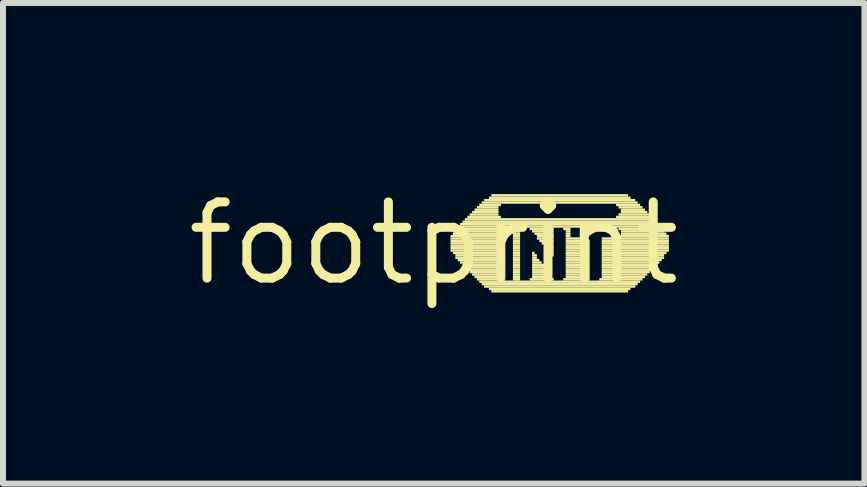
<source format=kicad_pcb>
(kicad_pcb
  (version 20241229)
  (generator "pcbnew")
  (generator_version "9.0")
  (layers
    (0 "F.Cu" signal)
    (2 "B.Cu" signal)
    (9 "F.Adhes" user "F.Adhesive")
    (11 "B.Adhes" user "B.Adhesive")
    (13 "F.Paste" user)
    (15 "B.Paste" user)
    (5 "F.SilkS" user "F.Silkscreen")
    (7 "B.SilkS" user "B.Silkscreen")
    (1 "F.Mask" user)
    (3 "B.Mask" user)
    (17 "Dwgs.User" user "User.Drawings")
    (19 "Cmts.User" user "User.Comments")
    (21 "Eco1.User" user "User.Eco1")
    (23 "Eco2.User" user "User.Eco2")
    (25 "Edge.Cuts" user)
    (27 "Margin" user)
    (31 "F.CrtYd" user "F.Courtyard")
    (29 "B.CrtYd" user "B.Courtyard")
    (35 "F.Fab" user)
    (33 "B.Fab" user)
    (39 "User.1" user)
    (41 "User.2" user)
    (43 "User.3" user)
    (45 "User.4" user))
  (footprint "footprint"
    (layer "F.Cu")
    (at 4.18 1.006)
    (property "Reference" "footprint" (at 0 0 0) (layer "F.SilkS") (effects (font (size 1.27 1.27) (thickness 0.15))))
    (fp_poly (pts (xy 0.28 -0.1) (xy 1.12 -0.1) (xy 1.12 -0.14) (xy 0.28 -0.14)) (stroke (width 0) (type solid)) (fill yes) (layer "F.SilkS"))
    (fp_poly (pts (xy 0.28 -0.06) (xy 1.12 -0.06) (xy 1.12 -0.1) (xy 0.28 -0.1)) (stroke (width 0) (type solid)) (fill yes) (layer "F.SilkS"))
    (fp_poly (pts (xy 0.28 -0.02) (xy 1.12 -0.02) (xy 1.12 -0.06) (xy 0.28 -0.06)) (stroke (width 0) (type solid)) (fill yes) (layer "F.SilkS"))
    (fp_poly (pts (xy 0.28 0.02) (xy 1.12 0.02) (xy 1.12 -0.02) (xy 0.28 -0.02)) (stroke (width 0) (type solid)) (fill yes) (layer "F.SilkS"))
    (fp_poly (pts (xy 0.28 0.06) (xy 1.12 0.06) (xy 1.12 0.02) (xy 0.28 0.02)) (stroke (width 0) (type solid)) (fill yes) (layer "F.SilkS"))
    (fp_poly (pts (xy 0.28 0.1) (xy 1.12 0.1) (xy 1.12 0.06) (xy 0.28 0.06)) (stroke (width 0) (type solid)) (fill yes) (layer "F.SilkS"))
    (fp_poly (pts (xy 0.28 0.14) (xy 1.12 0.14) (xy 1.12 0.1) (xy 0.28 0.1)) (stroke (width 0) (type solid)) (fill yes) (layer "F.SilkS"))
    (fp_poly (pts (xy 0.32 -0.14) (xy 1.12 -0.14) (xy 1.12 -0.18) (xy 0.32 -0.18)) (stroke (width 0) (type solid)) (fill yes) (layer "F.SilkS"))
    (fp_poly (pts (xy 0.32 0.18) (xy 1.12 0.18) (xy 1.12 0.14) (xy 0.32 0.14)) (stroke (width 0) (type solid)) (fill yes) (layer "F.SilkS"))
    (fp_poly (pts (xy 0.36 -0.22) (xy 1.16 -0.22) (xy 1.16 -0.26) (xy 0.36 -0.26)) (stroke (width 0) (type solid)) (fill yes) (layer "F.SilkS"))
    (fp_poly (pts (xy 0.36 -0.18) (xy 1.12 -0.18) (xy 1.12 -0.22) (xy 0.36 -0.22)) (stroke (width 0) (type solid)) (fill yes) (layer "F.SilkS"))
    (fp_poly (pts (xy 0.36 0.22) (xy 1.12 0.22) (xy 1.12 0.18) (xy 0.36 0.18)) (stroke (width 0) (type solid)) (fill yes) (layer "F.SilkS"))
    (fp_poly (pts (xy 0.36 0.26) (xy 1.12 0.26) (xy 1.12 0.22) (xy 0.36 0.22)) (stroke (width 0) (type solid)) (fill yes) (layer "F.SilkS"))
    (fp_poly (pts (xy 0.4 -0.26) (xy 3.8 -0.26) (xy 3.8 -0.3) (xy 0.4 -0.3)) (stroke (width 0) (type solid)) (fill yes) (layer "F.SilkS"))
    (fp_poly (pts (xy 0.4 0.3) (xy 1.12 0.3) (xy 1.12 0.26) (xy 0.4 0.26)) (stroke (width 0) (type solid)) (fill yes) (layer "F.SilkS"))
    (fp_poly (pts (xy 0.44 -0.3) (xy 3.76 -0.3) (xy 3.76 -0.34) (xy 0.44 -0.34)) (stroke (width 0) (type solid)) (fill yes) (layer "F.SilkS"))
    (fp_poly (pts (xy 0.44 0.34) (xy 1.12 0.34) (xy 1.12 0.3) (xy 0.44 0.3)) (stroke (width 0) (type solid)) (fill yes) (layer "F.SilkS"))
    (fp_poly (pts (xy 0.48 -0.34) (xy 3.72 -0.34) (xy 3.72 -0.38) (xy 0.48 -0.38)) (stroke (width 0) (type solid)) (fill yes) (layer "F.SilkS"))
    (fp_poly (pts (xy 0.48 0.38) (xy 1.12 0.38) (xy 1.12 0.34) (xy 0.48 0.34)) (stroke (width 0) (type solid)) (fill yes) (layer "F.SilkS"))
    (fp_poly (pts (xy 0.52 -0.38) (xy 3.68 -0.38) (xy 3.68 -0.42) (xy 0.52 -0.42)) (stroke (width 0) (type solid)) (fill yes) (layer "F.SilkS"))
    (fp_poly (pts (xy 0.52 0.42) (xy 1.12 0.42) (xy 1.12 0.38) (xy 0.52 0.38)) (stroke (width 0) (type solid)) (fill yes) (layer "F.SilkS"))
    (fp_poly (pts (xy 0.56 -0.42) (xy 1.12 -0.42) (xy 1.12 -0.46) (xy 0.56 -0.46)) (stroke (width 0) (type solid)) (fill yes) (layer "F.SilkS"))
    (fp_poly (pts (xy 0.56 0.46) (xy 1.12 0.46) (xy 1.12 0.42) (xy 0.56 0.42)) (stroke (width 0) (type solid)) (fill yes) (layer "F.SilkS"))
    (fp_poly (pts (xy 0.6 -0.46) (xy 1.08 -0.46) (xy 1.08 -0.5) (xy 0.6 -0.5)) (stroke (width 0) (type solid)) (fill yes) (layer "F.SilkS"))
    (fp_poly (pts (xy 0.6 0.5) (xy 1.12 0.5) (xy 1.12 0.46) (xy 0.6 0.46)) (stroke (width 0) (type solid)) (fill yes) (layer "F.SilkS"))
    (fp_poly (pts (xy 0.64 -0.5) (xy 1.08 -0.5) (xy 1.08 -0.54) (xy 0.64 -0.54)) (stroke (width 0) (type solid)) (fill yes) (layer "F.SilkS"))
    (fp_poly (pts (xy 0.64 0.54) (xy 1.12 0.54) (xy 1.12 0.5) (xy 0.64 0.5)) (stroke (width 0) (type solid)) (fill yes) (layer "F.SilkS"))
    (fp_poly (pts (xy 0.68 -0.54) (xy 1.08 -0.54) (xy 1.08 -0.58) (xy 0.68 -0.58)) (stroke (width 0) (type solid)) (fill yes) (layer "F.SilkS"))
    (fp_poly (pts (xy 0.68 0.58) (xy 1.12 0.58) (xy 1.12 0.54) (xy 0.68 0.54)) (stroke (width 0) (type solid)) (fill yes) (layer "F.SilkS"))
    (fp_poly (pts (xy 0.72 -0.58) (xy 1.08 -0.58) (xy 1.08 -0.62) (xy 0.72 -0.62)) (stroke (width 0) (type solid)) (fill yes) (layer "F.SilkS"))
    (fp_poly (pts (xy 0.72 0.62) (xy 1.16 0.62) (xy 1.16 0.58) (xy 0.72 0.58)) (stroke (width 0) (type solid)) (fill yes) (layer "F.SilkS"))
    (fp_poly (pts (xy 0.76 -0.62) (xy 1.12 -0.62) (xy 1.12 -0.66) (xy 0.76 -0.66)) (stroke (width 0) (type solid)) (fill yes) (layer "F.SilkS"))
    (fp_poly (pts (xy 0.76 0.66) (xy 3.44 0.66) (xy 3.44 0.62) (xy 0.76 0.62)) (stroke (width 0) (type solid)) (fill yes) (layer "F.SilkS"))
    (fp_poly (pts (xy 0.8 -0.66) (xy 3.4 -0.66) (xy 3.4 -0.7) (xy 0.8 -0.7)) (stroke (width 0) (type solid)) (fill yes) (layer "F.SilkS"))
    (fp_poly (pts (xy 0.8 0.7) (xy 3.4 0.7) (xy 3.4 0.66) (xy 0.8 0.66)) (stroke (width 0) (type solid)) (fill yes) (layer "F.SilkS"))
    (fp_poly (pts (xy 0.84 -0.7) (xy 3.36 -0.7) (xy 3.36 -0.74) (xy 0.84 -0.74)) (stroke (width 0) (type solid)) (fill yes) (layer "F.SilkS"))
    (fp_poly (pts (xy 0.84 0.74) (xy 3.36 0.74) (xy 3.36 0.7) (xy 0.84 0.7)) (stroke (width 0) (type solid)) (fill yes) (layer "F.SilkS"))
    (fp_poly (pts (xy 0.92 -0.74) (xy 3.28 -0.74) (xy 3.28 -0.78) (xy 0.92 -0.78)) (stroke (width 0) (type solid)) (fill yes) (layer "F.SilkS"))
    (fp_poly (pts (xy 0.92 0.78) (xy 3.28 0.78) (xy 3.28 0.74) (xy 0.92 0.74)) (stroke (width 0) (type solid)) (fill yes) (layer "F.SilkS"))
    (fp_poly (pts (xy 0.96 -0.78) (xy 3.24 -0.78) (xy 3.24 -0.82) (xy 0.96 -0.82)) (stroke (width 0) (type solid)) (fill yes) (layer "F.SilkS"))
    (fp_poly (pts (xy 0.96 0.82) (xy 3.24 0.82) (xy 3.24 0.78) (xy 0.96 0.78)) (stroke (width 0) (type solid)) (fill yes) (layer "F.SilkS"))
    (fp_poly (pts (xy 1.32 -0.22) (xy 1.48 -0.22) (xy 1.48 -0.26) (xy 1.32 -0.26)) (stroke (width 0) (type solid)) (fill yes) (layer "F.SilkS"))
    (fp_poly (pts (xy 1.32 -0.18) (xy 1.44 -0.18) (xy 1.44 -0.22) (xy 1.32 -0.22)) (stroke (width 0) (type solid)) (fill yes) (layer "F.SilkS"))
    (fp_poly (pts (xy 1.32 -0.14) (xy 1.44 -0.14) (xy 1.44 -0.18) (xy 1.32 -0.18)) (stroke (width 0) (type solid)) (fill yes) (layer "F.SilkS"))
    (fp_poly (pts (xy 1.32 -0.1) (xy 1.44 -0.1) (xy 1.44 -0.14) (xy 1.32 -0.14)) (stroke (width 0) (type solid)) (fill yes) (layer "F.SilkS"))
    (fp_poly (pts (xy 1.32 -0.06) (xy 1.44 -0.06) (xy 1.44 -0.1) (xy 1.32 -0.1)) (stroke (width 0) (type solid)) (fill yes) (layer "F.SilkS"))
    (fp_poly (pts (xy 1.32 -0.02) (xy 1.44 -0.02) (xy 1.44 -0.06) (xy 1.32 -0.06)) (stroke (width 0) (type solid)) (fill yes) (layer "F.SilkS"))
    (fp_poly (pts (xy 1.32 0.02) (xy 1.44 0.02) (xy 1.44 -0.02) (xy 1.32 -0.02)) (stroke (width 0) (type solid)) (fill yes) (layer "F.SilkS"))
    (fp_poly (pts (xy 1.32 0.06) (xy 1.44 0.06) (xy 1.44 0.02) (xy 1.32 0.02)) (stroke (width 0) (type solid)) (fill yes) (layer "F.SilkS"))
    (fp_poly (pts (xy 1.32 0.1) (xy 1.44 0.1) (xy 1.44 0.06) (xy 1.32 0.06)) (stroke (width 0) (type solid)) (fill yes) (layer "F.SilkS"))
    (fp_poly (pts (xy 1.32 0.14) (xy 1.44 0.14) (xy 1.44 0.1) (xy 1.32 0.1)) (stroke (width 0) (type solid)) (fill yes) (layer "F.SilkS"))
    (fp_poly (pts (xy 1.32 0.18) (xy 1.44 0.18) (xy 1.44 0.14) (xy 1.32 0.14)) (stroke (width 0) (type solid)) (fill yes) (layer "F.SilkS"))
    (fp_poly (pts (xy 1.32 0.22) (xy 1.44 0.22) (xy 1.44 0.18) (xy 1.32 0.18)) (stroke (width 0) (type solid)) (fill yes) (layer "F.SilkS"))
    (fp_poly (pts (xy 1.32 0.26) (xy 1.44 0.26) (xy 1.44 0.22) (xy 1.32 0.22)) (stroke (width 0) (type solid)) (fill yes) (layer "F.SilkS"))
    (fp_poly (pts (xy 1.32 0.3) (xy 1.44 0.3) (xy 1.44 0.26) (xy 1.32 0.26)) (stroke (width 0) (type solid)) (fill yes) (layer "F.SilkS"))
    (fp_poly (pts (xy 1.32 0.34) (xy 1.44 0.34) (xy 1.44 0.3) (xy 1.32 0.3)) (stroke (width 0) (type solid)) (fill yes) (layer "F.SilkS"))
    (fp_poly (pts (xy 1.32 0.38) (xy 1.44 0.38) (xy 1.44 0.34) (xy 1.32 0.34)) (stroke (width 0) (type solid)) (fill yes) (layer "F.SilkS"))
    (fp_poly (pts (xy 1.32 0.42) (xy 1.44 0.42) (xy 1.44 0.38) (xy 1.32 0.38)) (stroke (width 0) (type solid)) (fill yes) (layer "F.SilkS"))
    (fp_poly (pts (xy 1.32 0.46) (xy 1.44 0.46) (xy 1.44 0.42) (xy 1.32 0.42)) (stroke (width 0) (type solid)) (fill yes) (layer "F.SilkS"))
    (fp_poly (pts (xy 1.32 0.5) (xy 1.44 0.5) (xy 1.44 0.46) (xy 1.32 0.46)) (stroke (width 0) (type solid)) (fill yes) (layer "F.SilkS"))
    (fp_poly (pts (xy 1.32 0.54) (xy 1.44 0.54) (xy 1.44 0.5) (xy 1.32 0.5)) (stroke (width 0) (type solid)) (fill yes) (layer "F.SilkS"))
    (fp_poly (pts (xy 1.32 0.58) (xy 1.44 0.58) (xy 1.44 0.54) (xy 1.32 0.54)) (stroke (width 0) (type solid)) (fill yes) (layer "F.SilkS"))
    (fp_poly (pts (xy 1.32 0.62) (xy 1.44 0.62) (xy 1.44 0.58) (xy 1.32 0.58)) (stroke (width 0) (type solid)) (fill yes) (layer "F.SilkS"))
    (fp_poly (pts (xy 1.6 -0.22) (xy 2 -0.22) (xy 2 -0.26) (xy 1.6 -0.26)) (stroke (width 0) (type solid)) (fill yes) (layer "F.SilkS"))
    (fp_poly (pts (xy 1.6 0.62) (xy 2 0.62) (xy 2 0.58) (xy 1.6 0.58)) (stroke (width 0) (type solid)) (fill yes) (layer "F.SilkS"))
    (fp_poly (pts (xy 1.64 -0.18) (xy 2 -0.18) (xy 2 -0.22) (xy 1.64 -0.22)) (stroke (width 0) (type solid)) (fill yes) (layer "F.SilkS"))
    (fp_poly (pts (xy 1.64 0.18) (xy 1.68 0.18) (xy 1.68 0.14) (xy 1.64 0.14)) (stroke (width 0) (type solid)) (fill yes) (layer "F.SilkS"))
    (fp_poly (pts (xy 1.64 0.22) (xy 1.72 0.22) (xy 1.72 0.18) (xy 1.64 0.18)) (stroke (width 0) (type solid)) (fill yes) (layer "F.SilkS"))
    (fp_poly (pts (xy 1.64 0.26) (xy 1.72 0.26) (xy 1.72 0.22) (xy 1.64 0.22)) (stroke (width 0) (type solid)) (fill yes) (layer "F.SilkS"))
    (fp_poly (pts (xy 1.64 0.3) (xy 1.76 0.3) (xy 1.76 0.26) (xy 1.64 0.26)) (stroke (width 0) (type solid)) (fill yes) (layer "F.SilkS"))
    (fp_poly (pts (xy 1.64 0.34) (xy 1.8 0.34) (xy 1.8 0.3) (xy 1.64 0.3)) (stroke (width 0) (type solid)) (fill yes) (layer "F.SilkS"))
    (fp_poly (pts (xy 1.64 0.38) (xy 1.84 0.38) (xy 1.84 0.34) (xy 1.64 0.34)) (stroke (width 0) (type solid)) (fill yes) (layer "F.SilkS"))
    (fp_poly (pts (xy 1.64 0.42) (xy 1.84 0.42) (xy 1.84 0.38) (xy 1.64 0.38)) (stroke (width 0) (type solid)) (fill yes) (layer "F.SilkS"))
    (fp_poly (pts (xy 1.64 0.46) (xy 1.88 0.46) (xy 1.88 0.42) (xy 1.64 0.42)) (stroke (width 0) (type solid)) (fill yes) (layer "F.SilkS"))
    (fp_poly (pts (xy 1.64 0.5) (xy 1.92 0.5) (xy 1.92 0.46) (xy 1.64 0.46)) (stroke (width 0) (type solid)) (fill yes) (layer "F.SilkS"))
    (fp_poly (pts (xy 1.64 0.54) (xy 1.96 0.54) (xy 1.96 0.5) (xy 1.64 0.5)) (stroke (width 0) (type solid)) (fill yes) (layer "F.SilkS"))
    (fp_poly (pts (xy 1.64 0.58) (xy 1.96 0.58) (xy 1.96 0.54) (xy 1.64 0.54)) (stroke (width 0) (type solid)) (fill yes) (layer "F.SilkS"))
    (fp_poly (pts (xy 1.68 -0.14) (xy 2 -0.14) (xy 2 -0.18) (xy 1.68 -0.18)) (stroke (width 0) (type solid)) (fill yes) (layer "F.SilkS"))
    (fp_poly (pts (xy 1.72 -0.1) (xy 2 -0.1) (xy 2 -0.14) (xy 1.72 -0.14)) (stroke (width 0) (type solid)) (fill yes) (layer "F.SilkS"))
    (fp_poly (pts (xy 1.72 -0.06) (xy 2 -0.06) (xy 2 -0.1) (xy 1.72 -0.1)) (stroke (width 0) (type solid)) (fill yes) (layer "F.SilkS"))
    (fp_poly (pts (xy 1.76 -0.02) (xy 2 -0.02) (xy 2 -0.06) (xy 1.76 -0.06)) (stroke (width 0) (type solid)) (fill yes) (layer "F.SilkS"))
    (fp_poly (pts (xy 1.8 0.02) (xy 2 0.02) (xy 2 -0.02) (xy 1.8 -0.02)) (stroke (width 0) (type solid)) (fill yes) (layer "F.SilkS"))
    (fp_poly (pts (xy 1.84 0.06) (xy 2 0.06) (xy 2 0.02) (xy 1.84 0.02)) (stroke (width 0) (type solid)) (fill yes) (layer "F.SilkS"))
    (fp_poly (pts (xy 1.84 0.1) (xy 2 0.1) (xy 2 0.06) (xy 1.84 0.06)) (stroke (width 0) (type solid)) (fill yes) (layer "F.SilkS"))
    (fp_poly (pts (xy 1.88 0.14) (xy 2 0.14) (xy 2 0.1) (xy 1.88 0.1)) (stroke (width 0) (type solid)) (fill yes) (layer "F.SilkS"))
    (fp_poly (pts (xy 1.92 0.18) (xy 2 0.18) (xy 2 0.14) (xy 1.92 0.14)) (stroke (width 0) (type solid)) (fill yes) (layer "F.SilkS"))
    (fp_poly (pts (xy 1.96 0.22) (xy 2 0.22) (xy 2 0.18) (xy 1.96 0.18)) (stroke (width 0) (type solid)) (fill yes) (layer "F.SilkS"))
    (fp_poly (pts (xy 2.16 -0.22) (xy 2.28 -0.22) (xy 2.28 -0.26) (xy 2.16 -0.26)) (stroke (width 0) (type solid)) (fill yes) (layer "F.SilkS"))
    (fp_poly (pts (xy 2.16 0.62) (xy 2.6 0.62) (xy 2.6 0.58) (xy 2.16 0.58)) (stroke (width 0) (type solid)) (fill yes) (layer "F.SilkS"))
    (fp_poly (pts (xy 2.2 -0.18) (xy 2.28 -0.18) (xy 2.28 -0.22) (xy 2.2 -0.22)) (stroke (width 0) (type solid)) (fill yes) (layer "F.SilkS"))
    (fp_poly (pts (xy 2.2 -0.14) (xy 2.28 -0.14) (xy 2.28 -0.18) (xy 2.2 -0.18)) (stroke (width 0) (type solid)) (fill yes) (layer "F.SilkS"))
    (fp_poly (pts (xy 2.2 -0.1) (xy 2.28 -0.1) (xy 2.28 -0.14) (xy 2.2 -0.14)) (stroke (width 0) (type solid)) (fill yes) (layer "F.SilkS"))
    (fp_poly (pts (xy 2.2 -0.06) (xy 2.56 -0.06) (xy 2.56 -0.1) (xy 2.2 -0.1)) (stroke (width 0) (type solid)) (fill yes) (layer "F.SilkS"))
    (fp_poly (pts (xy 2.2 -0.02) (xy 2.6 -0.02) (xy 2.6 -0.06) (xy 2.2 -0.06)) (stroke (width 0) (type solid)) (fill yes) (layer "F.SilkS"))
    (fp_poly (pts (xy 2.2 0.02) (xy 2.6 0.02) (xy 2.6 -0.02) (xy 2.2 -0.02)) (stroke (width 0) (type solid)) (fill yes) (layer "F.SilkS"))
    (fp_poly (pts (xy 2.2 0.06) (xy 2.6 0.06) (xy 2.6 0.02) (xy 2.2 0.02)) (stroke (width 0) (type solid)) (fill yes) (layer "F.SilkS"))
    (fp_poly (pts (xy 2.2 0.1) (xy 2.6 0.1) (xy 2.6 0.06) (xy 2.2 0.06)) (stroke (width 0) (type solid)) (fill yes) (layer "F.SilkS"))
    (fp_poly (pts (xy 2.2 0.14) (xy 2.6 0.14) (xy 2.6 0.1) (xy 2.2 0.1)) (stroke (width 0) (type solid)) (fill yes) (layer "F.SilkS"))
    (fp_poly (pts (xy 2.2 0.18) (xy 2.6 0.18) (xy 2.6 0.14) (xy 2.2 0.14)) (stroke (width 0) (type solid)) (fill yes) (layer "F.SilkS"))
    (fp_poly (pts (xy 2.2 0.22) (xy 2.6 0.22) (xy 2.6 0.18) (xy 2.2 0.18)) (stroke (width 0) (type solid)) (fill yes) (layer "F.SilkS"))
    (fp_poly (pts (xy 2.2 0.26) (xy 2.6 0.26) (xy 2.6 0.22) (xy 2.2 0.22)) (stroke (width 0) (type solid)) (fill yes) (layer "F.SilkS"))
    (fp_poly (pts (xy 2.2 0.3) (xy 2.6 0.3) (xy 2.6 0.26) (xy 2.2 0.26)) (stroke (width 0) (type solid)) (fill yes) (layer "F.SilkS"))
    (fp_poly (pts (xy 2.2 0.34) (xy 2.6 0.34) (xy 2.6 0.3) (xy 2.2 0.3)) (stroke (width 0) (type solid)) (fill yes) (layer "F.SilkS"))
    (fp_poly (pts (xy 2.2 0.38) (xy 2.6 0.38) (xy 2.6 0.34) (xy 2.2 0.34)) (stroke (width 0) (type solid)) (fill yes) (layer "F.SilkS"))
    (fp_poly (pts (xy 2.2 0.42) (xy 2.6 0.42) (xy 2.6 0.38) (xy 2.2 0.38)) (stroke (width 0) (type solid)) (fill yes) (layer "F.SilkS"))
    (fp_poly (pts (xy 2.2 0.46) (xy 2.6 0.46) (xy 2.6 0.42) (xy 2.2 0.42)) (stroke (width 0) (type solid)) (fill yes) (layer "F.SilkS"))
    (fp_poly (pts (xy 2.2 0.5) (xy 2.6 0.5) (xy 2.6 0.46) (xy 2.2 0.46)) (stroke (width 0) (type solid)) (fill yes) (layer "F.SilkS"))
    (fp_poly (pts (xy 2.2 0.54) (xy 2.6 0.54) (xy 2.6 0.5) (xy 2.2 0.5)) (stroke (width 0) (type solid)) (fill yes) (layer "F.SilkS"))
    (fp_poly (pts (xy 2.2 0.58) (xy 2.6 0.58) (xy 2.6 0.54) (xy 2.2 0.54)) (stroke (width 0) (type solid)) (fill yes) (layer "F.SilkS"))
    (fp_poly (pts (xy 2.76 0.62) (xy 3.48 0.62) (xy 3.48 0.58) (xy 2.76 0.58)) (stroke (width 0) (type solid)) (fill yes) (layer "F.SilkS"))
    (fp_poly (pts (xy 2.8 -0.06) (xy 3.92 -0.06) (xy 3.92 -0.1) (xy 2.8 -0.1)) (stroke (width 0) (type solid)) (fill yes) (layer "F.SilkS"))
    (fp_poly (pts (xy 2.8 -0.02) (xy 3.92 -0.02) (xy 3.92 -0.06) (xy 2.8 -0.06)) (stroke (width 0) (type solid)) (fill yes) (layer "F.SilkS"))
    (fp_poly (pts (xy 2.8 0.02) (xy 3.92 0.02) (xy 3.92 -0.02) (xy 2.8 -0.02)) (stroke (width 0) (type solid)) (fill yes) (layer "F.SilkS"))
    (fp_poly (pts (xy 2.8 0.06) (xy 3.92 0.06) (xy 3.92 0.02) (xy 2.8 0.02)) (stroke (width 0) (type solid)) (fill yes) (layer "F.SilkS"))
    (fp_poly (pts (xy 2.8 0.1) (xy 3.92 0.1) (xy 3.92 0.06) (xy 2.8 0.06)) (stroke (width 0) (type solid)) (fill yes) (layer "F.SilkS"))
    (fp_poly (pts (xy 2.8 0.14) (xy 3.92 0.14) (xy 3.92 0.1) (xy 2.8 0.1)) (stroke (width 0) (type solid)) (fill yes) (layer "F.SilkS"))
    (fp_poly (pts (xy 2.8 0.18) (xy 3.88 0.18) (xy 3.88 0.14) (xy 2.8 0.14)) (stroke (width 0) (type solid)) (fill yes) (layer "F.SilkS"))
    (fp_poly (pts (xy 2.8 0.22) (xy 3.84 0.22) (xy 3.84 0.18) (xy 2.8 0.18)) (stroke (width 0) (type solid)) (fill yes) (layer "F.SilkS"))
    (fp_poly (pts (xy 2.8 0.26) (xy 3.84 0.26) (xy 3.84 0.22) (xy 2.8 0.22)) (stroke (width 0) (type solid)) (fill yes) (layer "F.SilkS"))
    (fp_poly (pts (xy 2.8 0.3) (xy 3.8 0.3) (xy 3.8 0.26) (xy 2.8 0.26)) (stroke (width 0) (type solid)) (fill yes) (layer "F.SilkS"))
    (fp_poly (pts (xy 2.8 0.34) (xy 3.76 0.34) (xy 3.76 0.3) (xy 2.8 0.3)) (stroke (width 0) (type solid)) (fill yes) (layer "F.SilkS"))
    (fp_poly (pts (xy 2.8 0.38) (xy 3.72 0.38) (xy 3.72 0.34) (xy 2.8 0.34)) (stroke (width 0) (type solid)) (fill yes) (layer "F.SilkS"))
    (fp_poly (pts (xy 2.8 0.42) (xy 3.68 0.42) (xy 3.68 0.38) (xy 2.8 0.38)) (stroke (width 0) (type solid)) (fill yes) (layer "F.SilkS"))
    (fp_poly (pts (xy 2.8 0.46) (xy 3.64 0.46) (xy 3.64 0.42) (xy 2.8 0.42)) (stroke (width 0) (type solid)) (fill yes) (layer "F.SilkS"))
    (fp_poly (pts (xy 2.8 0.5) (xy 3.6 0.5) (xy 3.6 0.46) (xy 2.8 0.46)) (stroke (width 0) (type solid)) (fill yes) (layer "F.SilkS"))
    (fp_poly (pts (xy 2.8 0.54) (xy 3.56 0.54) (xy 3.56 0.5) (xy 2.8 0.5)) (stroke (width 0) (type solid)) (fill yes) (layer "F.SilkS"))
    (fp_poly (pts (xy 2.8 0.58) (xy 3.52 0.58) (xy 3.52 0.54) (xy 2.8 0.54)) (stroke (width 0) (type solid)) (fill yes) (layer "F.SilkS"))
    (fp_poly (pts (xy 3.04 -0.62) (xy 3.44 -0.62) (xy 3.44 -0.66) (xy 3.04 -0.66)) (stroke (width 0) (type solid)) (fill yes) (layer "F.SilkS"))
    (fp_poly (pts (xy 3.04 -0.42) (xy 3.64 -0.42) (xy 3.64 -0.46) (xy 3.04 -0.46)) (stroke (width 0) (type solid)) (fill yes) (layer "F.SilkS"))
    (fp_poly (pts (xy 3.08 -0.58) (xy 3.48 -0.58) (xy 3.48 -0.62) (xy 3.08 -0.62)) (stroke (width 0) (type solid)) (fill yes) (layer "F.SilkS"))
    (fp_poly (pts (xy 3.08 -0.46) (xy 3.6 -0.46) (xy 3.6 -0.5) (xy 3.08 -0.5)) (stroke (width 0) (type solid)) (fill yes) (layer "F.SilkS"))
    (fp_poly (pts (xy 3.08 -0.22) (xy 3.84 -0.22) (xy 3.84 -0.26) (xy 3.08 -0.26)) (stroke (width 0) (type solid)) (fill yes) (layer "F.SilkS"))
    (fp_poly (pts (xy 3.12 -0.54) (xy 3.52 -0.54) (xy 3.52 -0.58) (xy 3.12 -0.58)) (stroke (width 0) (type solid)) (fill yes) (layer "F.SilkS"))
    (fp_poly (pts (xy 3.12 -0.5) (xy 3.56 -0.5) (xy 3.56 -0.54) (xy 3.12 -0.54)) (stroke (width 0) (type solid)) (fill yes) (layer "F.SilkS"))
    (fp_poly (pts (xy 3.12 -0.18) (xy 3.84 -0.18) (xy 3.84 -0.22) (xy 3.12 -0.22)) (stroke (width 0) (type solid)) (fill yes) (layer "F.SilkS"))
    (fp_poly (pts (xy 3.12 -0.14) (xy 3.88 -0.14) (xy 3.88 -0.18) (xy 3.12 -0.18)) (stroke (width 0) (type solid)) (fill yes) (layer "F.SilkS"))
    (fp_poly (pts (xy 3.12 -0.1) (xy 3.92 -0.1) (xy 3.92 -0.14) (xy 3.12 -0.14)) (stroke (width 0) (type solid)) (fill yes) (layer "F.SilkS")))
  (gr_rect
    (start -3 -3)
    (end 11.36 5.012)
    (stroke (width 0.1) (type default))
    (fill no)
    (layer "Edge.Cuts")))
</source>
